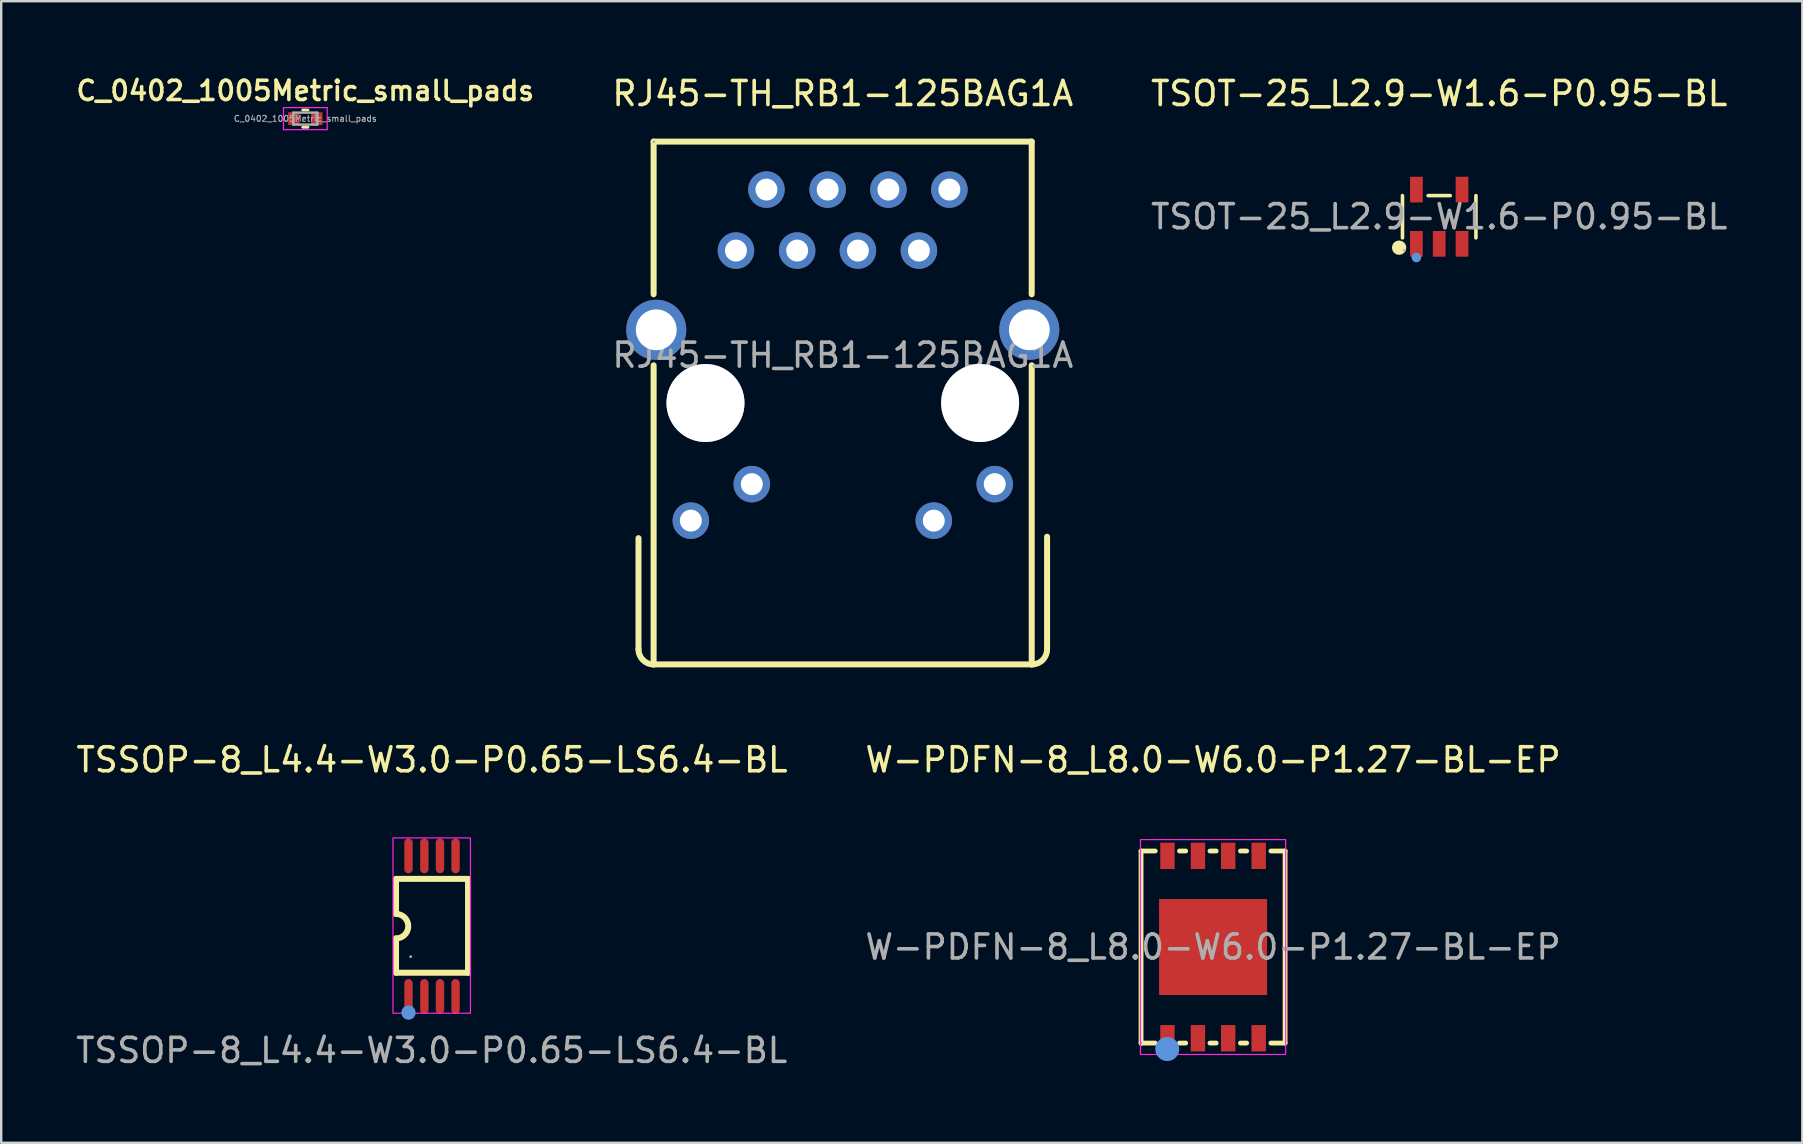
<source format=kicad_pcb>
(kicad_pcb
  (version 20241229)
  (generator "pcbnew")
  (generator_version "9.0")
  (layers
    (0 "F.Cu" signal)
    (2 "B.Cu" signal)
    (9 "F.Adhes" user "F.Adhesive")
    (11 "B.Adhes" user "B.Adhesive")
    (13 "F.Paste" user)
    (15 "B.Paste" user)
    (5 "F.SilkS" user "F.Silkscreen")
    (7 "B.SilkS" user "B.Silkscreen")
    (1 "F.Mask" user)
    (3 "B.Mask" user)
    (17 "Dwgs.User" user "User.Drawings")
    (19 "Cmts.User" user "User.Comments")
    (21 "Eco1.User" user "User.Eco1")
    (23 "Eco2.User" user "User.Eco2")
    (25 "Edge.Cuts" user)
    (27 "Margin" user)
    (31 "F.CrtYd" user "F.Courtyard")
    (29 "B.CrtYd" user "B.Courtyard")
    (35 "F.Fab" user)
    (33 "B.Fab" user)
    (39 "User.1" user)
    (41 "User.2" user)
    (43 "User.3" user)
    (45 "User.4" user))
  (footprint "TSSOP-8_L4.4-W3.0-P0.65-LS6.4-BL"
    (layer "F.Cu")
    (at 14.947 35.532)
    (property "Reference" "TSSOP-8_L4.4-W3.0-P0.65-LS6.4-BL" (at 0 -6.93 0) (layer "F.SilkS") (effects (font (size 1 1) (thickness 0.15))))
    (attr smd)
    (fp_line (start -1.5 -1.97) (end 1.5 -1.97) (stroke (width 0.25) (type solid)) (layer "F.SilkS"))
    (fp_line (start -1.5 -0.51) (end -1.5 -1.97) (stroke (width 0.25) (type solid)) (layer "F.SilkS"))
    (fp_line (start -1.5 0.51) (end -1.5 1.94) (stroke (width 0.25) (type solid)) (layer "F.SilkS"))
    (fp_line (start -1.5 1.94) (end 1.5 1.94) (stroke (width 0.25) (type solid)) (layer "F.SilkS"))
    (fp_line (start 1.5 -1.97) (end 1.5 1.94) (stroke (width 0.25) (type solid)) (layer "F.SilkS"))
    (fp_arc (start -1.5 -0.51) (mid -0.99 0) (end -1.5 0.51) (stroke (width 0.25) (type solid)) (layer "F.SilkS"))
    (fp_circle (center -0.98 3.6) (end -0.83 3.6) (stroke (width 0.3) (type solid)) (fill no) (layer "Cmts.User"))
    (fp_rect (start -1.625 -3.675) (end 1.6 3.625) (stroke (width 0.05) (type default)) (fill no) (layer "F.CrtYd"))
    (fp_circle (center -0.89 1.27) (end -0.86 1.27) (stroke (width 0.06) (type solid)) (fill no) (layer "F.Fab"))
    (fp_text user "${REFERENCE}" (at -0.013 5.175 0) (layer "F.Fab") (effects (font (size 1 1) (thickness 0.15))))
    (pad "1" smd oval (at -0.98 2.93) (size 0.35 1.45) (layers "F.Cu" "F.Mask" "F.Paste"))
    (pad "2" smd oval (at -0.32 2.93) (size 0.35 1.45) (layers "F.Cu" "F.Mask" "F.Paste"))
    (pad "3" smd oval (at 0.33 2.93) (size 0.35 1.45) (layers "F.Cu" "F.Mask" "F.Paste"))
    (pad "4" smd oval (at 0.98 2.93) (size 0.35 1.45) (layers "F.Cu" "F.Mask" "F.Paste"))
    (pad "5" smd oval (at 0.98 -2.93) (size 0.35 1.45) (layers "F.Cu" "F.Mask" "F.Paste"))
    (pad "6" smd oval (at 0.33 -2.93) (size 0.35 1.45) (layers "F.Cu" "F.Mask" "F.Paste"))
    (pad "7" smd oval (at -0.32 -2.93) (size 0.35 1.45) (layers "F.Cu" "F.Mask" "F.Paste"))
    (pad "8" smd oval (at -0.98 -2.93) (size 0.35 1.45) (layers "F.Cu" "F.Mask" "F.Paste")))
  (footprint "TSOT-25_L2.9-W1.6-P0.95-BL"
    (layer "F.Cu")
    (at 56.903 5.978)
    (property "Reference" "TSOT-25_L2.9-W1.6-P0.95-BL" (at 0 -5.13 0) (layer "F.SilkS") (effects (font (size 1 1) (thickness 0.15))))
    (attr smd)
    (fp_line (start -1.53 0.88) (end -1.53 -0.88) (stroke (width 0.15) (type solid)) (layer "F.SilkS"))
    (fp_line (start 0.46 -0.88) (end -0.46 -0.88) (stroke (width 0.15) (type solid)) (layer "F.SilkS"))
    (fp_line (start 1.53 0.88) (end 1.53 -0.88) (stroke (width 0.15) (type solid)) (layer "F.SilkS"))
    (fp_circle (center -1.67 1.29) (end -1.52 1.29) (stroke (width 0.3) (type solid)) (fill no) (layer "F.SilkS"))
    (fp_circle (center -0.95 1.7) (end -0.85 1.7) (stroke (width 0.2) (type solid)) (fill no) (layer "Cmts.User"))
    (fp_circle (center -1.45 1.4) (end -1.42 1.4) (stroke (width 0.06) (type solid)) (fill no) (layer "F.Fab"))
    (fp_text user "${REFERENCE}" (at 0 0 0) (layer "F.Fab") (effects (font (size 1 1) (thickness 0.15))))
    (pad "1" smd rect (at -0.95 1.13) (size 0.53 1.07) (layers "F.Cu" "F.Mask" "F.Paste"))
    (pad "2" smd rect (at 0 1.13) (size 0.53 1.07) (layers "F.Cu" "F.Mask" "F.Paste"))
    (pad "3" smd rect (at 0.95 1.13) (size 0.53 1.07) (layers "F.Cu" "F.Mask" "F.Paste"))
    (pad "4" smd rect (at 0.95 -1.13) (size 0.53 1.07) (layers "F.Cu" "F.Mask" "F.Paste"))
    (pad "5" smd rect (at -0.95 -1.13) (size 0.53 1.07) (layers "F.Cu" "F.Mask" "F.Paste")))
  (footprint "C_0402_1005Metric_small_pads"
    (layer "F.Cu")
    (at 9.669 1.891)
    (property "Reference" "C_0402_1005Metric_small_pads" (at 0 -1.16 0) (layer "F.SilkS") (effects (font (size 0.8 0.8) (thickness 0.15))))
    (attr smd)
    (fp_line (start -0.108 -0.36) (end 0.108 -0.36) (stroke (width 0.12) (type solid)) (layer "F.SilkS"))
    (fp_line (start -0.108 0.36) (end 0.108 0.36) (stroke (width 0.12) (type solid)) (layer "F.SilkS"))
    (fp_line (start -0.91 -0.46) (end 0.91 -0.46) (stroke (width 0.05) (type solid)) (layer "F.CrtYd"))
    (fp_line (start -0.91 0.46) (end -0.91 -0.46) (stroke (width 0.05) (type solid)) (layer "F.CrtYd"))
    (fp_line (start 0.91 -0.46) (end 0.91 0.46) (stroke (width 0.05) (type solid)) (layer "F.CrtYd"))
    (fp_line (start 0.91 0.46) (end -0.91 0.46) (stroke (width 0.05) (type solid)) (layer "F.CrtYd"))
    (fp_line (start -0.5 -0.25) (end 0.5 -0.25) (stroke (width 0.1) (type solid)) (layer "F.Fab"))
    (fp_line (start -0.5 0.25) (end -0.5 -0.25) (stroke (width 0.1) (type solid)) (layer "F.Fab"))
    (fp_line (start 0.5 -0.25) (end 0.5 0.25) (stroke (width 0.1) (type solid)) (layer "F.Fab"))
    (fp_line (start 0.5 0.25) (end -0.5 0.25) (stroke (width 0.1) (type solid)) (layer "F.Fab"))
    (fp_text user "${REFERENCE}" (at 0 0 0) (layer "F.Fab") (effects (font (size 0.25 0.25) (thickness 0.04))))
    (pad "1" smd rect (at -0.48 0) (size 0.47 0.53) (layers "F.Cu" "F.Mask" "F.Paste"))
    (pad "2" smd rect (at 0.48 0) (size 0.47 0.53) (layers "F.Cu" "F.Mask" "F.Paste")))
  (footprint "RJ45-TH_RB1-125BAG1A"
    (layer "F.Cu")
    (at 32.058 11.748)
    (property "Reference" "RJ45-TH_RB1-125BAG1A" (at 0 -10.9 0) (layer "F.SilkS") (effects (font (size 1 1) (thickness 0.15))))
    (attr through_hole)
    (fp_line (start -8.51 12.25) (end -8.51 7.62) (stroke (width 0.25) (type solid)) (layer "F.SilkS"))
    (fp_line (start -7.88 -8.9) (end -7.88 -2.54) (stroke (width 0.25) (type solid)) (layer "F.SilkS"))
    (fp_line (start -7.88 0.42) (end -7.88 12.88) (stroke (width 0.25) (type solid)) (layer "F.SilkS"))
    (fp_line (start 7.87 -8.9) (end -7.88 -8.9) (stroke (width 0.25) (type solid)) (layer "F.SilkS"))
    (fp_line (start 7.87 -8.9) (end 7.87 -2.54) (stroke (width 0.25) (type solid)) (layer "F.SilkS"))
    (fp_line (start 7.87 0.42) (end 7.87 12.88) (stroke (width 0.25) (type solid)) (layer "F.SilkS"))
    (fp_line (start 7.87 12.88) (end -7.88 12.88) (stroke (width 0.25) (type solid)) (layer "F.SilkS"))
    (fp_line (start 8.51 12.19) (end 8.51 7.56) (stroke (width 0.25) (type solid)) (layer "F.SilkS"))
    (fp_arc (start -7.88 12.88) (mid -8.325477 12.695477) (end -8.51 12.25) (stroke (width 0.25) (type solid)) (layer "F.SilkS"))
    (fp_arc (start 8.51 12.25) (mid 8.321887 12.699039) (end 7.869885 12.879919) (stroke (width 0.25) (type solid)) (layer "F.SilkS"))
    (fp_circle (center -5.72 1.99) (end -4.96 1.99) (stroke (width 1.52) (type solid)) (fill no) (layer "Cmts.User"))
    (fp_circle (center 5.72 1.99) (end 6.48 1.99) (stroke (width 1.52) (type solid)) (fill no) (layer "Cmts.User"))
    (fp_circle (center -7.87 -8.89) (end -7.84 -8.89) (stroke (width 0.06) (type solid)) (fill no) (layer "F.Fab"))
    (fp_text user "${REFERENCE}" (at 0 0 0) (layer "F.Fab") (effects (font (size 1 1) (thickness 0.15))))
    (pad "" thru_hole circle (at -5.72 1.99) (size 3.25 3.25) (drill 3.25) (layers "*.Cu" "*.Mask"))
    (pad "" thru_hole circle (at 5.72 1.99) (size 3.25 3.25) (drill 3.25) (layers "*.Cu" "*.Mask"))
    (pad "1" thru_hole circle (at -4.45 -4.36) (size 1.52 1.52) (drill 0.914) (layers "*.Cu" "*.Mask"))
    (pad "2" thru_hole circle (at -3.18 -6.9) (size 1.52 1.52) (drill 0.914) (layers "*.Cu" "*.Mask"))
    (pad "3" thru_hole circle (at -1.9 -4.36) (size 1.52 1.52) (drill 0.914) (layers "*.Cu" "*.Mask"))
    (pad "4" thru_hole circle (at -0.63 -6.9) (size 1.52 1.52) (drill 0.914) (layers "*.Cu" "*.Mask"))
    (pad "5" thru_hole circle (at 0.63 -4.36) (size 1.52 1.52) (drill 0.914) (layers "*.Cu" "*.Mask"))
    (pad "6" thru_hole circle (at 1.9 -6.9) (size 1.52 1.52) (drill 0.914) (layers "*.Cu" "*.Mask"))
    (pad "7" thru_hole circle (at 3.17 -4.36) (size 1.52 1.52) (drill 0.914) (layers "*.Cu" "*.Mask"))
    (pad "8" thru_hole circle (at 4.44 -6.9) (size 1.52 1.52) (drill 0.914) (layers "*.Cu" "*.Mask"))
    (pad "9" thru_hole circle (at -3.79 5.37) (size 1.52 1.52) (drill 0.914) (layers "*.Cu" "*.Mask"))
    (pad "10" thru_hole circle (at -6.33 6.89) (size 1.52 1.52) (drill 0.914) (layers "*.Cu" "*.Mask"))
    (pad "11" thru_hole circle (at 6.33 5.37) (size 1.52 1.52) (drill 0.914) (layers "*.Cu" "*.Mask"))
    (pad "12" thru_hole circle (at 3.79 6.89) (size 1.52 1.52) (drill 0.914) (layers "*.Cu" "*.Mask"))
    (pad "13" thru_hole circle (at -7.77 -1.06) (size 2.5 2.5) (drill 1.7) (layers "*.Cu" "*.Mask"))
    (pad "14" thru_hole circle (at 7.77 -1.06) (size 2.5 2.5) (drill 1.7) (layers "*.Cu" "*.Mask")))
  (footprint "W-PDFN-8_L8.0-W6.0-P1.27-BL-EP"
    (layer "F.Cu")
    (at 47.483 36.401)
    (property "Reference" "W-PDFN-8_L8.0-W6.0-P1.27-BL-EP" (at 0 -7.8 0) (layer "F.SilkS") (effects (font (size 1 1) (thickness 0.15))))
    (attr through_hole)
    (fp_line (start -3 -4) (end -3 4.01) (stroke (width 0.2) (type solid)) (layer "F.SilkS"))
    (fp_line (start -3 4) (end -2.41 4) (stroke (width 0.2) (type solid)) (layer "F.SilkS"))
    (fp_line (start -2.41 -4) (end -3 -4) (stroke (width 0.2) (type solid)) (layer "F.SilkS"))
    (fp_line (start -1.4 4) (end -1.14 4) (stroke (width 0.2) (type solid)) (layer "F.SilkS"))
    (fp_line (start -1.14 -4) (end -1.4 -4) (stroke (width 0.2) (type solid)) (layer "F.SilkS"))
    (fp_line (start -0.13 4) (end 0.13 4) (stroke (width 0.2) (type solid)) (layer "F.SilkS"))
    (fp_line (start 0.13 -4) (end -0.13 -4) (stroke (width 0.2) (type solid)) (layer "F.SilkS"))
    (fp_line (start 1.14 4) (end 1.4 4) (stroke (width 0.2) (type solid)) (layer "F.SilkS"))
    (fp_line (start 1.4 -4) (end 1.14 -4) (stroke (width 0.2) (type solid)) (layer "F.SilkS"))
    (fp_line (start 2.41 4) (end 3 4) (stroke (width 0.2) (type solid)) (layer "F.SilkS"))
    (fp_line (start 3 -4) (end 2.41 -4) (stroke (width 0.2) (type solid)) (layer "F.SilkS"))
    (fp_line (start 3 4) (end 3 -4) (stroke (width 0.2) (type solid)) (layer "F.SilkS"))
    (fp_circle (center -1.91 4.25) (end -1.66 4.25) (stroke (width 0.5) (type solid)) (fill no) (layer "Cmts.User"))
    (fp_rect (start -3.025 -4.475) (end 3.025 4.475) (stroke (width 0.05) (type default)) (fill no) (layer "F.CrtYd"))
    (fp_circle (center -3 4) (end -2.97 4) (stroke (width 0.06) (type solid)) (fill no) (layer "F.Fab"))
    (fp_text user "${REFERENCE}" (at 0 0 0) (layer "F.Fab") (effects (font (size 1 1) (thickness 0.15))))
    (pad "1" smd rect (at -1.9 3.8) (size 0.6 1.1) (layers "F.Cu" "F.Mask" "F.Paste"))
    (pad "2" smd rect (at -0.63 3.8) (size 0.6 1.1) (layers "F.Cu" "F.Mask" "F.Paste"))
    (pad "3" smd rect (at 0.63 3.8) (size 0.6 1.1) (layers "F.Cu" "F.Mask" "F.Paste"))
    (pad "4" smd rect (at 1.9 3.8) (size 0.6 1.1) (layers "F.Cu" "F.Mask" "F.Paste"))
    (pad "5" smd rect (at 1.9 -3.8) (size 0.6 1.1) (layers "F.Cu" "F.Mask" "F.Paste"))
    (pad "6" smd rect (at 0.63 -3.8) (size 0.6 1.1) (layers "F.Cu" "F.Mask" "F.Paste"))
    (pad "7" smd rect (at -0.63 -3.8) (size 0.6 1.1) (layers "F.Cu" "F.Mask" "F.Paste"))
    (pad "8" smd rect (at -1.9 -3.8) (size 0.6 1.1) (layers "F.Cu" "F.Mask" "F.Paste"))
    (pad "9" smd rect (at 0 0) (size 4.5 4) (layers "F.Cu" "F.Mask" "F.Paste")))
  (gr_rect
    (start -3 -3)
    (end 72.028 44.555)
    (stroke (width 0.1) (type default))
    (fill no)
    (layer "Edge.Cuts")))
</source>
